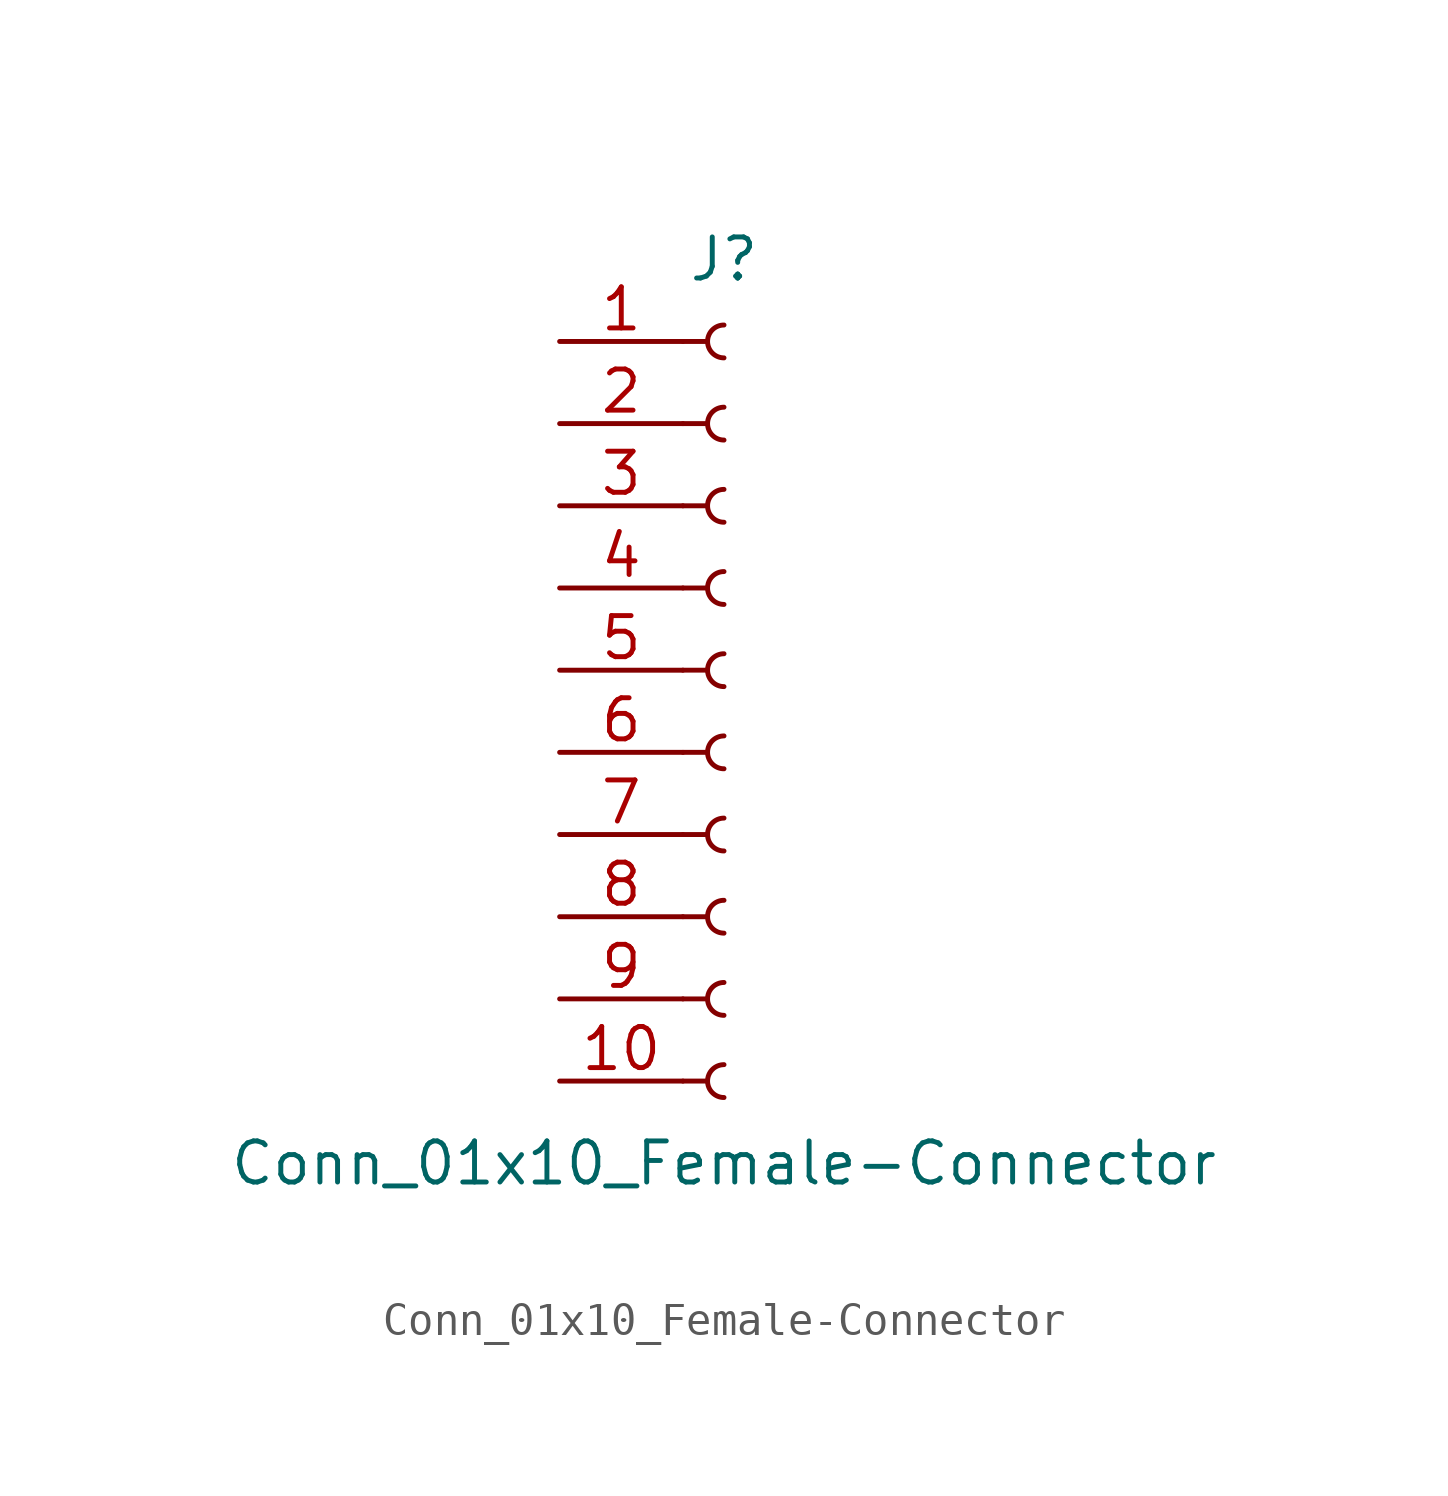
<source format=kicad_sym>
(kicad_symbol_lib
  (version 20220126)
  (generator kicad_symbol_editor)
  (symbol "Conn_01x10_Female-Connector"
    (pin_names
      (offset 1.016) hide)
    (property "Reference" "J"
      (at 0 12.7 0)
      (effects (font (size 1.27 1.27))))
    (property "Value" "Conn_01x10_Female-Connector"
      (at 0 -15.24 0)
      (effects (font (size 1.27 1.27))))
    (symbol "Conn_01x10_Female-Connector_1_1"
      (arc (start 0 -12.192) (mid -0.5058 -12.7) (end 0 -13.208) (stroke (width 0.1524) (type default)) (fill (type none)))
      (arc (start 0 -9.652) (mid -0.5058 -10.16) (end 0 -10.668) (stroke (width 0.1524) (type default)) (fill (type none)))
      (arc (start 0 -7.112) (mid -0.5058 -7.62) (end 0 -8.128) (stroke (width 0.1524) (type default)) (fill (type none)))
      (arc (start 0 -4.572) (mid -0.5058 -5.08) (end 0 -5.588) (stroke (width 0.1524) (type default)) (fill (type none)))
      (arc (start 0 -2.032) (mid -0.5058 -2.54) (end 0 -3.048) (stroke (width 0.1524) (type default)) (fill (type none)))
      (polyline (pts (xy -1.27 -12.7) (xy -0.508 -12.7)) (stroke (width 0.152) (type default)) (fill (type none)))
      (polyline (pts (xy -1.27 -10.16) (xy -0.508 -10.16)) (stroke (width 0.152) (type default)) (fill (type none)))
      (polyline (pts (xy -1.27 -7.62) (xy -0.508 -7.62)) (stroke (width 0.152) (type default)) (fill (type none)))
      (polyline (pts (xy -1.27 -5.08) (xy -0.508 -5.08)) (stroke (width 0.152) (type default)) (fill (type none)))
      (polyline (pts (xy -1.27 -2.54) (xy -0.508 -2.54)) (stroke (width 0.152) (type default)) (fill (type none)))
      (polyline (pts (xy -1.27 0) (xy -0.508 0)) (stroke (width 0.152) (type default)) (fill (type none)))
      (polyline (pts (xy -1.27 2.54) (xy -0.508 2.54)) (stroke (width 0.152) (type default)) (fill (type none)))
      (polyline (pts (xy -1.27 5.08) (xy -0.508 5.08)) (stroke (width 0.152) (type default)) (fill (type none)))
      (polyline (pts (xy -1.27 7.62) (xy -0.508 7.62)) (stroke (width 0.152) (type default)) (fill (type none)))
      (polyline (pts (xy -1.27 10.16) (xy -0.508 10.16)) (stroke (width 0.152) (type default)) (fill (type none)))
      (arc (start 0 0.508) (mid -0.5058 0) (end 0 -0.508) (stroke (width 0.1524) (type default)) (fill (type none)))
      (arc (start 0 3.048) (mid -0.5058 2.54) (end 0 2.032) (stroke (width 0.1524) (type default)) (fill (type none)))
      (arc (start 0 5.588) (mid -0.5058 5.08) (end 0 4.572) (stroke (width 0.1524) (type default)) (fill (type none)))
      (arc (start 0 8.128) (mid -0.5058 7.62) (end 0 7.112) (stroke (width 0.1524) (type default)) (fill (type none)))
      (arc (start 0 10.668) (mid -0.5058 10.16) (end 0 9.652) (stroke (width 0.1524) (type default)) (fill (type none)))
      (pin passive line (at -5.08 10.16 0) (length 3.81) (name "Pin_1" (effects (font (size 1.27 1.27)))) (number "1" (effects (font (size 1.27 1.27)))))
      (pin passive line (at -5.08 -12.7 0) (length 3.81) (name "Pin_10" (effects (font (size 1.27 1.27)))) (number "10" (effects (font (size 1.27 1.27)))))
      (pin passive line (at -5.08 7.62 0) (length 3.81) (name "Pin_2" (effects (font (size 1.27 1.27)))) (number "2" (effects (font (size 1.27 1.27)))))
      (pin passive line (at -5.08 5.08 0) (length 3.81) (name "Pin_3" (effects (font (size 1.27 1.27)))) (number "3" (effects (font (size 1.27 1.27)))))
      (pin passive line (at -5.08 2.54 0) (length 3.81) (name "Pin_4" (effects (font (size 1.27 1.27)))) (number "4" (effects (font (size 1.27 1.27)))))
      (pin passive line (at -5.08 0 0) (length 3.81) (name "Pin_5" (effects (font (size 1.27 1.27)))) (number "5" (effects (font (size 1.27 1.27)))))
      (pin passive line (at -5.08 -2.54 0) (length 3.81) (name "Pin_6" (effects (font (size 1.27 1.27)))) (number "6" (effects (font (size 1.27 1.27)))))
      (pin passive line (at -5.08 -5.08 0) (length 3.81) (name "Pin_7" (effects (font (size 1.27 1.27)))) (number "7" (effects (font (size 1.27 1.27)))))
      (pin passive line (at -5.08 -7.62 0) (length 3.81) (name "Pin_8" (effects (font (size 1.27 1.27)))) (number "8" (effects (font (size 1.27 1.27)))))
      (pin passive line (at -5.08 -10.16 0) (length 3.81) (name "Pin_9" (effects (font (size 1.27 1.27)))) (number "9" (effects (font (size 1.27 1.27))))))))
</source>
